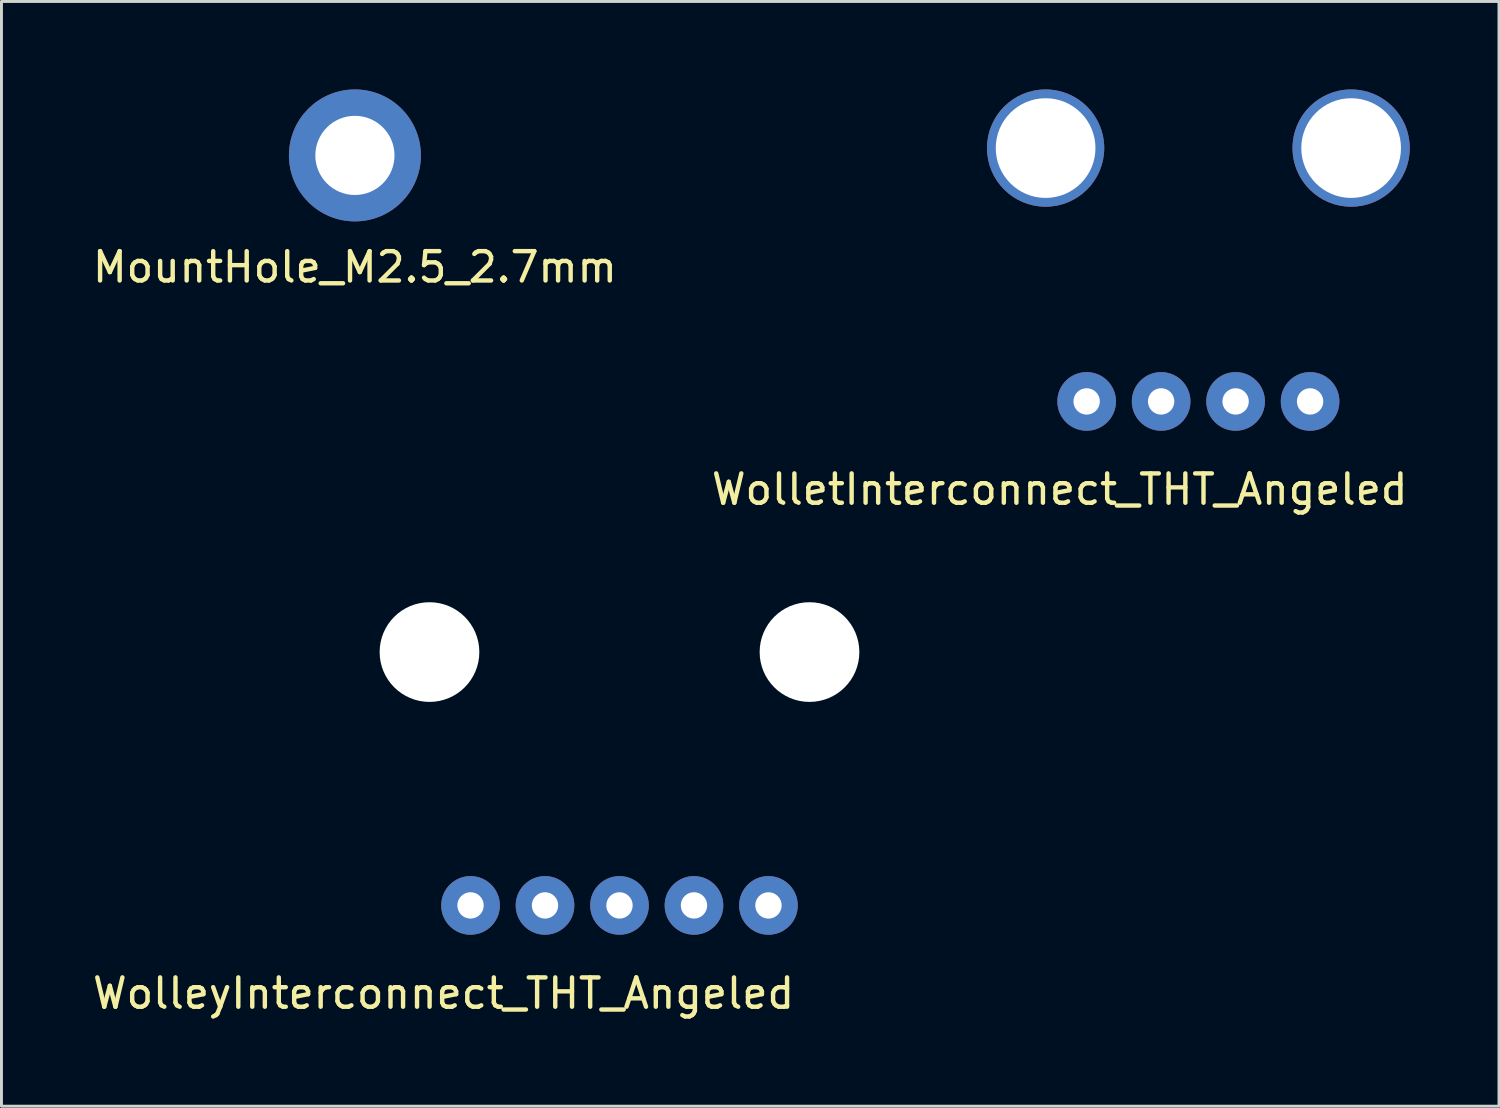
<source format=kicad_pcb>
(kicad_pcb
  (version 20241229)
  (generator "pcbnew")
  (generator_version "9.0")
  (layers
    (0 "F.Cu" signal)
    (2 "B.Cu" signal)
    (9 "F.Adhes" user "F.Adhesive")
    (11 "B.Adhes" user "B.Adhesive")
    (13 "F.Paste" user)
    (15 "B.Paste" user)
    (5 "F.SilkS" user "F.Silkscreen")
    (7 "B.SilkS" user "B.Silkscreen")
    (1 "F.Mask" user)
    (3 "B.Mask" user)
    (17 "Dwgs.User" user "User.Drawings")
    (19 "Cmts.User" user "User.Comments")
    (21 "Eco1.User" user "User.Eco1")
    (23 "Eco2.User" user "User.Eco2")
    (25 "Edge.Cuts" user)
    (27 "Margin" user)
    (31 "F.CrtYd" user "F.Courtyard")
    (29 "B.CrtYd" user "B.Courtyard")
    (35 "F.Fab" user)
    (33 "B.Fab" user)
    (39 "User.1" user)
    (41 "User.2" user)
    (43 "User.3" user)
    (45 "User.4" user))
  (footprint "WolletInterconnect_THT_Angeled"
    (layer "F.Cu")
    (at 39.089 10.64)
    (property "Reference" "WolletInterconnect_THT_Angeled" (at -6 3 0) (layer "F.SilkS") (effects (font (size 1 1) (thickness 0.15))))
    (attr through_hole)
    (pad "" np_thru_hole circle (at -6.48 -8.64) (size 4 4) (drill 3.4) (layers "*.Cu" "*.Mask"))
    (pad "" np_thru_hole circle (at 3.94 -8.64) (size 4 4) (drill 3.4) (layers "*.Cu" "*.Mask"))
    (pad "1" thru_hole circle (at -5.08 0) (size 2 2) (drill 0.9) (layers "*.Cu" "*.Mask"))
    (pad "2" thru_hole circle (at -2.54 0) (size 2 2) (drill 0.9) (layers "*.Cu" "*.Mask"))
    (pad "3" thru_hole circle (at 0 0) (size 2 2) (drill 0.9) (layers "*.Cu" "*.Mask"))
    (pad "4" thru_hole circle (at 2.54 0) (size 2 2) (drill 0.9) (layers "*.Cu" "*.Mask")))
  (footprint "WolleyInterconnect_THT_Angeled"
    (layer "F.Cu")
    (at 18.077 27.828)
    (property "Reference" "WolleyInterconnect_THT_Angeled" (at -6 3 0) (layer "F.SilkS") (effects (font (size 1 1) (thickness 0.15))))
    (attr through_hole)
    (pad "" np_thru_hole circle (at -6.48 -8.64) (size 3.4 3.4) (drill 3.4) (layers "*.Cu" "*.Mask"))
    (pad "" np_thru_hole circle (at 6.48 -8.64) (size 3.4 3.4) (drill 3.4) (layers "*.Cu" "*.Mask"))
    (pad "1" thru_hole circle (at -5.08 0) (size 2 2) (drill 0.9) (layers "*.Cu" "*.Mask"))
    (pad "2" thru_hole circle (at -2.54 0) (size 2 2) (drill 0.9) (layers "*.Cu" "*.Mask"))
    (pad "3" thru_hole circle (at 0 0) (size 2 2) (drill 0.9) (layers "*.Cu" "*.Mask"))
    (pad "4" thru_hole circle (at 2.54 0) (size 2 2) (drill 0.9) (layers "*.Cu" "*.Mask"))
    (pad "5" thru_hole circle (at 5.08 0) (size 2 2) (drill 0.9) (layers "*.Cu" "*.Mask")))
  (footprint "MountHole_M2.5_2.7mm"
    (layer "F.Cu")
    (at 9.054 2.25)
    (property "Reference" "MountHole_M2.5_2.7mm" (at 0 3.81 0) (layer "F.SilkS") (effects (font (size 1 1) (thickness 0.15))))
    (attr through_hole)
    (pad "" thru_hole circle (at 0 0) (size 4.5 4.5) (drill 2.7) (layers "*.Cu" "*.Mask")))
  (gr_rect
    (start -3 -3)
    (end 48.071 34.676)
    (stroke (width 0.1) (type default))
    (fill no)
    (layer "Edge.Cuts")))
</source>
